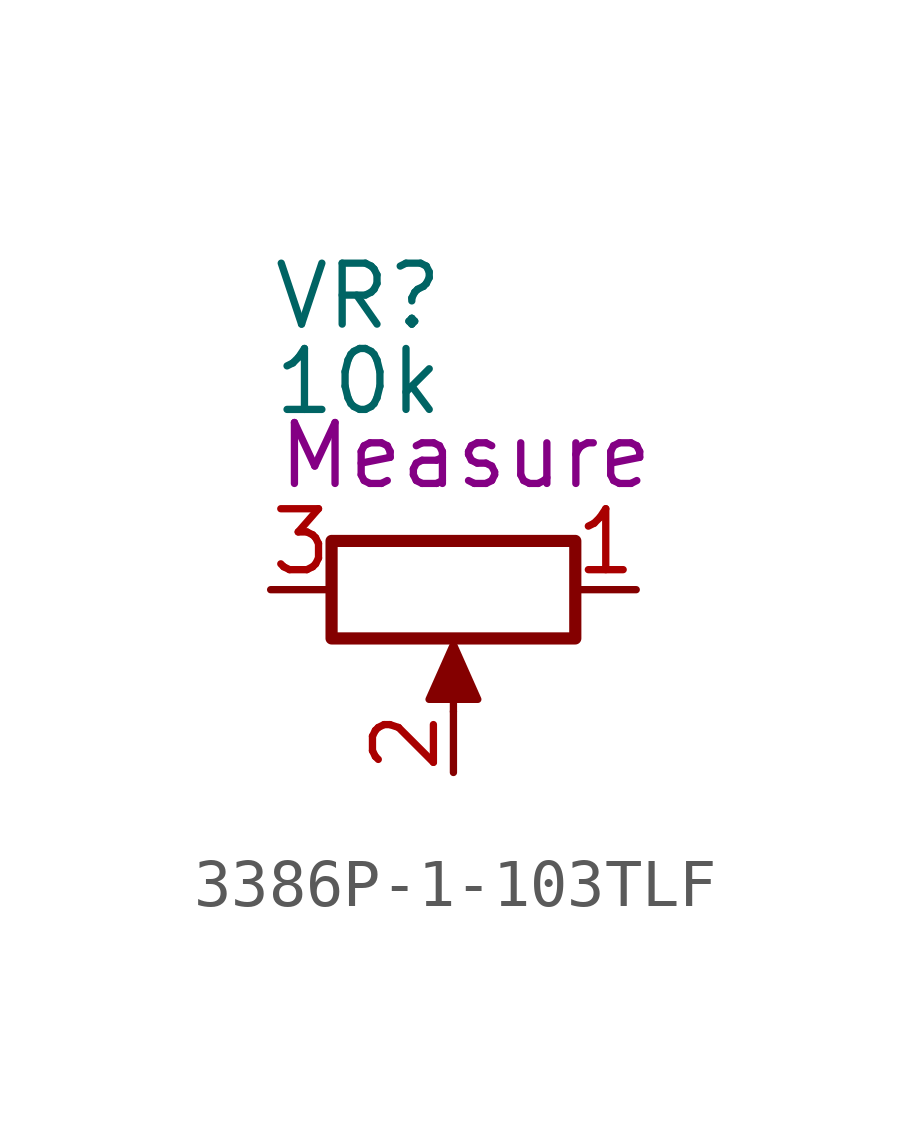
<source format=kicad_sym>
(kicad_symbol_lib
  (version 20241209)
  (generator "kicad_symbol_editor")
  (generator_version "9.0")
  (symbol "3386P-1-103TLF"
    (pin_names
      (hide yes))
    (property "Reference" "VR"
      (at 0 6.858 0)
      (effects (font (size 1.27 1.27)) (justify left top)))
    (property "Value" "10k"
      (at 0 5.08 0)
      (effects (font (size 1.27 1.27)) (justify left top)))
    (property "Measure" "Measure"
      (at 4.064 2.794 0)
      (effects (font (size 1.27 1.27))))
    (symbol "3386P-1-103TLF_0_1"
      (polyline (pts (xy 3.81 -1.143) (xy 4.318 -2.286) (xy 3.302 -2.286) (xy 3.81 -1.143)) (stroke (width 0) (type default)) (fill (type outline)))
      (polyline (pts (xy 3.81 -2.54) (xy 3.81 -1.524)) (stroke (width 0) (type default)) (fill (type none)))
      (rectangle (start 6.35 -1.016) (end 1.27 1.016) (stroke (width 0.254) (type default)) (fill (type none))))
    (symbol "3386P-1-103TLF_1_1"
      (pin passive line (at 0 0 0) (length 1.27) (name "CW" (effects (font (size 1.27 1.27)))) (number "3" (effects (font (size 1.27 1.27)))))
      (pin passive line (at 3.81 -3.81 90) (length 1.27) (name "Wiper" (effects (font (size 1.27 1.27)))) (number "2" (effects (font (size 1.27 1.27)))))
      (pin passive line (at 7.62 0 180) (length 1.27) (name "CCW" (effects (font (size 1.27 1.27)))) (number "1" (effects (font (size 1.27 1.27))))))))
</source>
